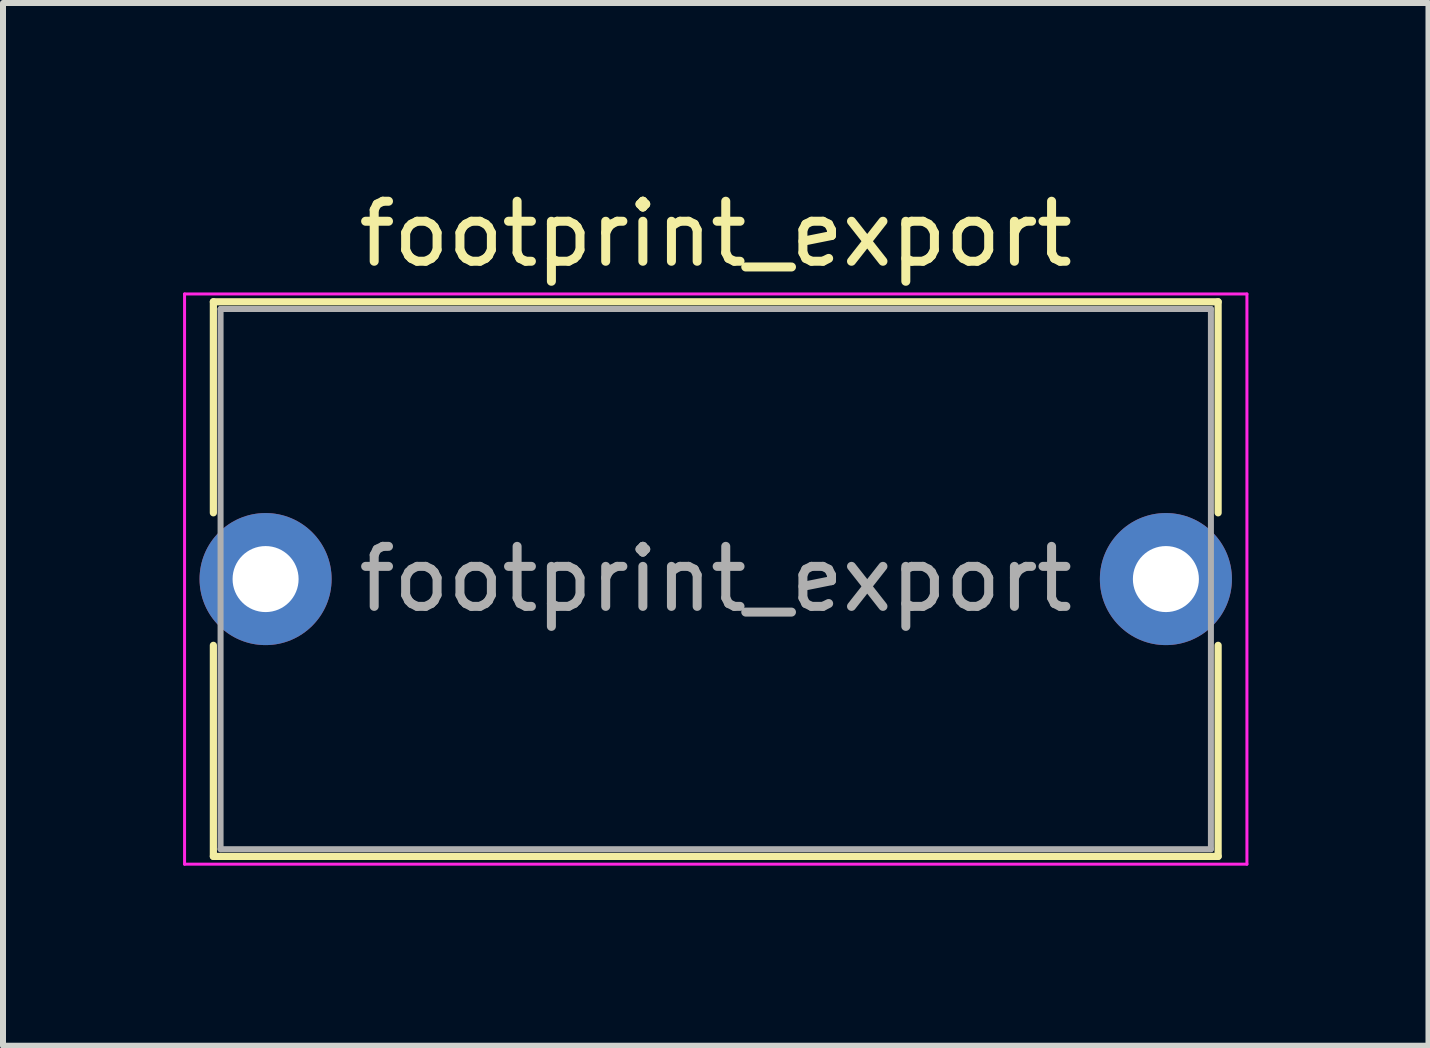
<source format=kicad_pcb>
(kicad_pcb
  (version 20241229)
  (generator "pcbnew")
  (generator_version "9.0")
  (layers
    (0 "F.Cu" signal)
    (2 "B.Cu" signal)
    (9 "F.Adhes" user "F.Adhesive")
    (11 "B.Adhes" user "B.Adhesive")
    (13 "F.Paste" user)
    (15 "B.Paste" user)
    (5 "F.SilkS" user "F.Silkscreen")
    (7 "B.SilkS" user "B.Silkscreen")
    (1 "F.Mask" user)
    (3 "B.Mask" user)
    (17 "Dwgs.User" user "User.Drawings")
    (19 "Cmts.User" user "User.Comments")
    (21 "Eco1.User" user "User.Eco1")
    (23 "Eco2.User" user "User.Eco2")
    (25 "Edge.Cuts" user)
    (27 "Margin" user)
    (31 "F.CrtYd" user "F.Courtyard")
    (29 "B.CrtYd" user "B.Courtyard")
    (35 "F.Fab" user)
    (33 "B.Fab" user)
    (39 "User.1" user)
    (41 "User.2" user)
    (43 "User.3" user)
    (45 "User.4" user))
  (footprint "footprint_export"
    (layer "F.Cu")
    (at 1.375 6.598)
    (property "Reference" "footprint_export" (at 7.5 -5.75 0) (layer "F.SilkS") (effects (font (size 1 1) (thickness 0.15))))
    (attr through_hole)
    (fp_line (start -0.87 -4.62) (end -0.87 -1.104) (stroke (width 0.12) (type solid)) (layer "F.SilkS"))
    (fp_line (start -0.87 -4.62) (end 15.87 -4.62) (stroke (width 0.12) (type solid)) (layer "F.SilkS"))
    (fp_line (start -0.87 1.104) (end -0.87 4.62) (stroke (width 0.12) (type solid)) (layer "F.SilkS"))
    (fp_line (start -0.87 4.62) (end 15.87 4.62) (stroke (width 0.12) (type solid)) (layer "F.SilkS"))
    (fp_line (start 15.87 -4.62) (end 15.87 -1.104) (stroke (width 0.12) (type solid)) (layer "F.SilkS"))
    (fp_line (start 15.87 1.104) (end 15.87 4.62) (stroke (width 0.12) (type solid)) (layer "F.SilkS"))
    (fp_line (start -1.35 -4.75) (end -1.35 4.75) (stroke (width 0.05) (type solid)) (layer "F.CrtYd"))
    (fp_line (start -1.35 4.75) (end 16.35 4.75) (stroke (width 0.05) (type solid)) (layer "F.CrtYd"))
    (fp_line (start 16.35 -4.75) (end -1.35 -4.75) (stroke (width 0.05) (type solid)) (layer "F.CrtYd"))
    (fp_line (start 16.35 4.75) (end 16.35 -4.75) (stroke (width 0.05) (type solid)) (layer "F.CrtYd"))
    (fp_line (start -0.75 -4.5) (end -0.75 4.5) (stroke (width 0.1) (type solid)) (layer "F.Fab"))
    (fp_line (start -0.75 4.5) (end 15.75 4.5) (stroke (width 0.1) (type solid)) (layer "F.Fab"))
    (fp_line (start 15.75 -4.5) (end -0.75 -4.5) (stroke (width 0.1) (type solid)) (layer "F.Fab"))
    (fp_line (start 15.75 4.5) (end 15.75 -4.5) (stroke (width 0.1) (type solid)) (layer "F.Fab"))
    (fp_text user "${REFERENCE}" (at 7.5 0 0) (layer "F.Fab") (effects (font (size 1 1) (thickness 0.15))))
    (pad "1" thru_hole circle (at 0 0) (size 2.2 2.2) (drill 1.1) (layers "*.Cu" "*.Mask"))
    (pad "2" thru_hole circle (at 15 0) (size 2.2 2.2) (drill 1.1) (layers "*.Cu" "*.Mask")))
  (gr_rect
    (start -3 -3)
    (end 20.75 14.373)
    (stroke (width 0.1) (type default))
    (fill no)
    (layer "Edge.Cuts")))
</source>
